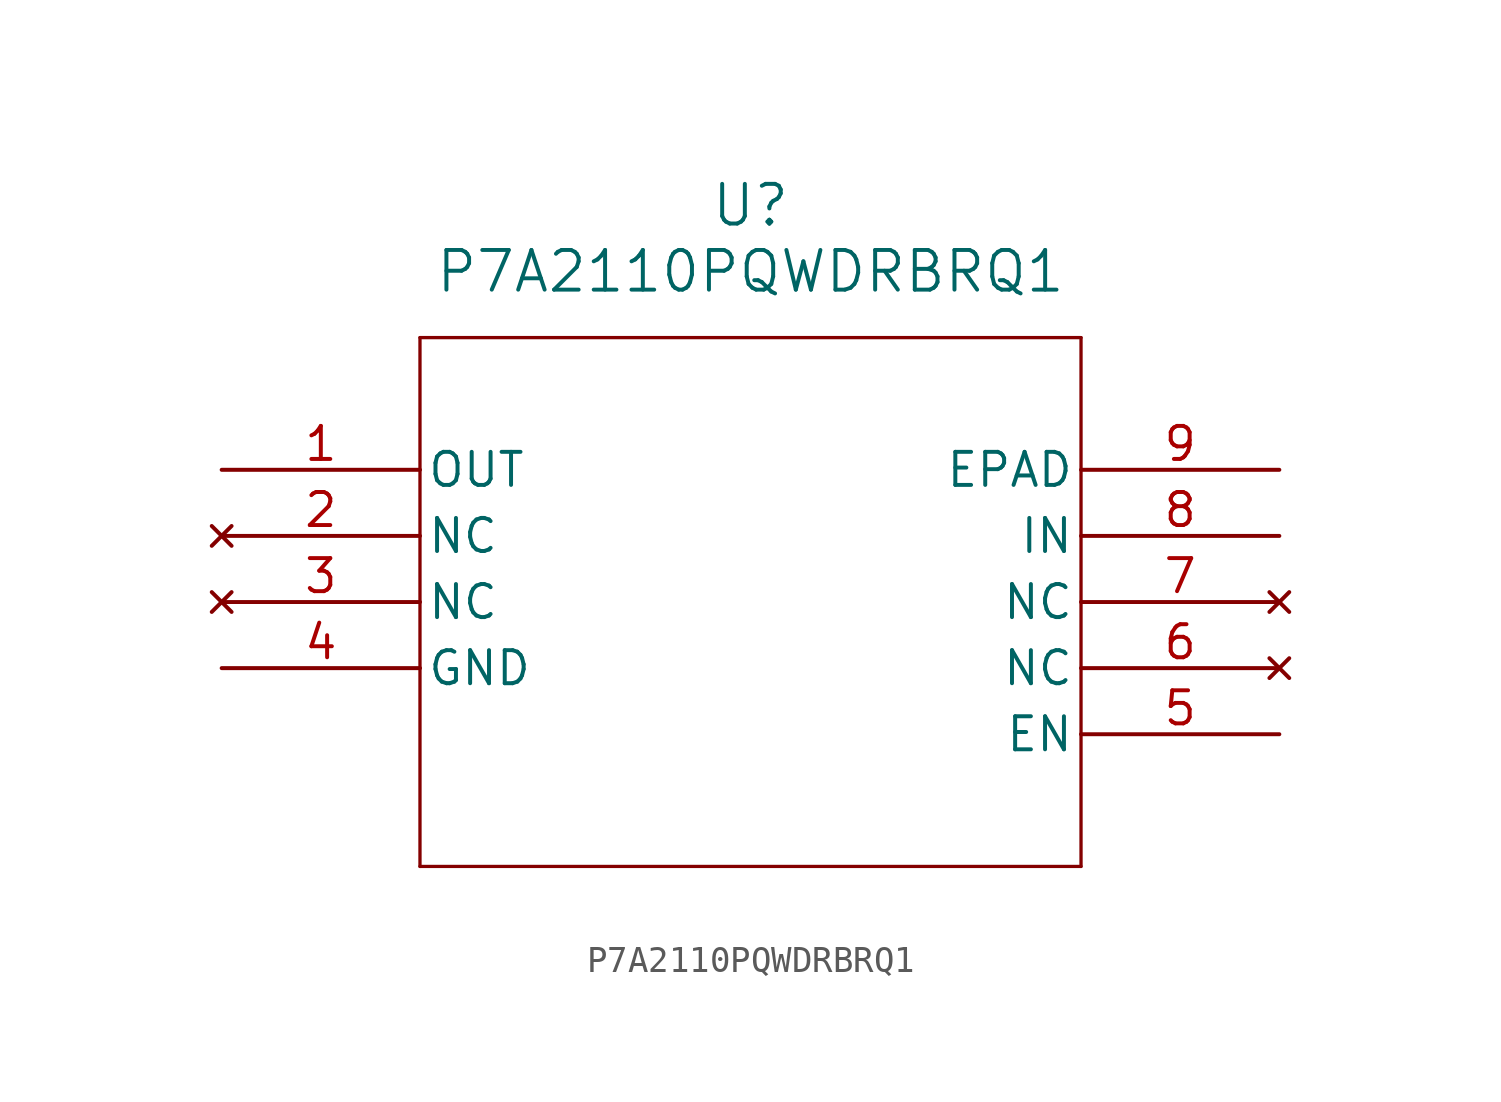
<source format=kicad_sym>
(kicad_symbol_lib
  (version 20211014)
  (generator kicad_symbol_editor)
  (symbol "P7A2110PQWDRBRQ1"
    (pin_names
      (offset 0.254))
    (property "Reference" "U"
      (at 20.32 10.16 0)
      (effects (font (size 1.524 1.524))))
    (property "Value" "P7A2110PQWDRBRQ1"
      (at 20.32 7.62 0)
      (effects (font (size 1.524 1.524))))
    (symbol "P7A2110PQWDRBRQ1_0_1"
      (polyline (pts (xy 7.62 5.08) (xy 7.62 -15.24)) (stroke (width 0.127) (type default) (color 0 0 0 0)) (fill (type none)))
      (polyline (pts (xy 7.62 -15.24) (xy 33.02 -15.24)) (stroke (width 0.127) (type default) (color 0 0 0 0)) (fill (type none)))
      (polyline (pts (xy 33.02 -15.24) (xy 33.02 5.08)) (stroke (width 0.127) (type default) (color 0 0 0 0)) (fill (type none)))
      (polyline (pts (xy 33.02 5.08) (xy 7.62 5.08)) (stroke (width 0.127) (type default) (color 0 0 0 0)) (fill (type none)))
      (pin output line (at 0 0 0) (length 7.62) (name "OUT" (effects (font (size 1.27 1.27)))) (number "1" (effects (font (size 1.27 1.27)))))
      (pin no_connect line (at 0 -2.54 0) (length 7.62) (name "NC" (effects (font (size 1.27 1.27)))) (number "2" (effects (font (size 1.27 1.27)))))
      (pin no_connect line (at 0 -5.08 0) (length 7.62) (name "NC" (effects (font (size 1.27 1.27)))) (number "3" (effects (font (size 1.27 1.27)))))
      (pin power_out line (at 0 -7.62 0) (length 7.62) (name "GND" (effects (font (size 1.27 1.27)))) (number "4" (effects (font (size 1.27 1.27)))))
      (pin input line (at 40.64 -10.16 180) (length 7.62) (name "EN" (effects (font (size 1.27 1.27)))) (number "5" (effects (font (size 1.27 1.27)))))
      (pin no_connect line (at 40.64 -7.62 180) (length 7.62) (name "NC" (effects (font (size 1.27 1.27)))) (number "6" (effects (font (size 1.27 1.27)))))
      (pin no_connect line (at 40.64 -5.08 180) (length 7.62) (name "NC" (effects (font (size 1.27 1.27)))) (number "7" (effects (font (size 1.27 1.27)))))
      (pin input line (at 40.64 -2.54 180) (length 7.62) (name "IN" (effects (font (size 1.27 1.27)))) (number "8" (effects (font (size 1.27 1.27)))))
      (pin power_out line (at 40.64 0 180) (length 7.62) (name "EPAD" (effects (font (size 1.27 1.27)))) (number "9" (effects (font (size 1.27 1.27))))))))
</source>
